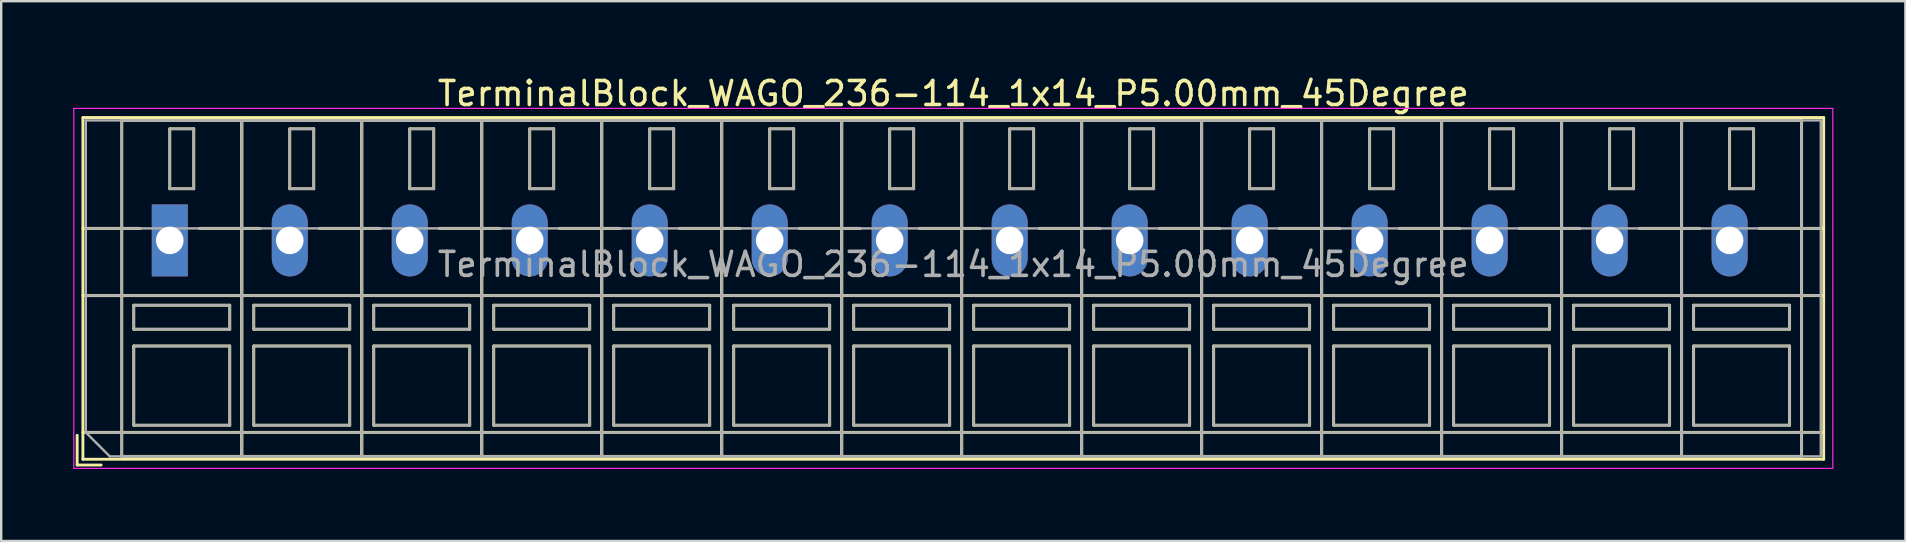
<source format=kicad_pcb>
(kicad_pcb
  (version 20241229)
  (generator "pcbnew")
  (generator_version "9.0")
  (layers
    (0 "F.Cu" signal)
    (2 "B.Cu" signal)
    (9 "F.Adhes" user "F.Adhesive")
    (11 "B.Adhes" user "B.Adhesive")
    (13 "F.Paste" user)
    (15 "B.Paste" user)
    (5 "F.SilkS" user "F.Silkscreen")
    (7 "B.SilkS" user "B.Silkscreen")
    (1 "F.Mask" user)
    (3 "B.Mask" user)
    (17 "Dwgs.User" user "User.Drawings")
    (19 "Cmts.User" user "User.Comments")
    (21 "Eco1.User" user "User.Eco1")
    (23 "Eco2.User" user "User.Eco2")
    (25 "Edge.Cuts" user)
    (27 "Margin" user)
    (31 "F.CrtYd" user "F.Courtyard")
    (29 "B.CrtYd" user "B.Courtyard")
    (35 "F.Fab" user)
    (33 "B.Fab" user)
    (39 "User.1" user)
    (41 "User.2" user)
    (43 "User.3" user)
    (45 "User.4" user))
  (footprint "TerminalBlock_WAGO_236-114_1x14_P5.00mm_45Degree"
    (layer "F.Cu")
    (at 4.025 6.968)
    (property "Reference" "TerminalBlock_WAGO_236-114_1x14_P5.00mm_45Degree" (at 32.65 -6.12 0) (layer "F.SilkS") (effects (font (size 1 1) (thickness 0.15))))
    (attr through_hole)
    (fp_line (start -3.86 8.12) (end -3.86 9.36) (stroke (width 0.12) (type solid)) (layer "F.SilkS"))
    (fp_line (start -3.86 9.36) (end -2.86 9.36) (stroke (width 0.12) (type solid)) (layer "F.SilkS"))
    (fp_line (start -3.62 -5.12) (end -3.62 9.12) (stroke (width 0.12) (type solid)) (layer "F.SilkS"))
    (fp_line (start -3.62 -5.12) (end 68.92 -5.12) (stroke (width 0.12) (type solid)) (layer "F.SilkS"))
    (fp_line (start -3.62 -0.5) (end -1.23 -0.5) (stroke (width 0.12) (type solid)) (layer "F.SilkS"))
    (fp_line (start -3.62 2.3) (end 68.92 2.3) (stroke (width 0.12) (type solid)) (layer "F.SilkS"))
    (fp_line (start -3.62 8) (end 68.92 8) (stroke (width 0.12) (type solid)) (layer "F.SilkS"))
    (fp_line (start -3.62 9.12) (end 68.92 9.12) (stroke (width 0.12) (type solid)) (layer "F.SilkS"))
    (fp_line (start -2 -5) (end -2 9) (stroke (width 0.12) (type solid)) (layer "F.SilkS"))
    (fp_line (start -2 -5) (end 3 -5) (stroke (width 0.12) (type solid)) (layer "F.SilkS"))
    (fp_line (start -2 9) (end 3 9) (stroke (width 0.12) (type solid)) (layer "F.SilkS"))
    (fp_line (start -1.5 2.7) (end -1.5 3.7) (stroke (width 0.12) (type solid)) (layer "F.SilkS"))
    (fp_line (start -1.5 2.7) (end 2.5 2.7) (stroke (width 0.12) (type solid)) (layer "F.SilkS"))
    (fp_line (start -1.5 3.7) (end 2.5 3.7) (stroke (width 0.12) (type solid)) (layer "F.SilkS"))
    (fp_line (start -1.5 4.4) (end -1.5 7.7) (stroke (width 0.12) (type solid)) (layer "F.SilkS"))
    (fp_line (start -1.5 4.4) (end 2.5 4.4) (stroke (width 0.12) (type solid)) (layer "F.SilkS"))
    (fp_line (start -1.5 7.7) (end 2.5 7.7) (stroke (width 0.12) (type solid)) (layer "F.SilkS"))
    (fp_line (start 0 -4.65) (end 0 -2.151) (stroke (width 0.12) (type solid)) (layer "F.SilkS"))
    (fp_line (start 0 -4.65) (end 1 -4.65) (stroke (width 0.12) (type solid)) (layer "F.SilkS"))
    (fp_line (start 0 -2.151) (end 1 -2.151) (stroke (width 0.12) (type solid)) (layer "F.SilkS"))
    (fp_line (start 1 -4.65) (end 1 -2.151) (stroke (width 0.12) (type solid)) (layer "F.SilkS"))
    (fp_line (start 1.23 -0.5) (end 3.77 -0.5) (stroke (width 0.12) (type solid)) (layer "F.SilkS"))
    (fp_line (start 2.5 2.7) (end 2.5 3.7) (stroke (width 0.12) (type solid)) (layer "F.SilkS"))
    (fp_line (start 2.5 4.4) (end 2.5 7.7) (stroke (width 0.12) (type solid)) (layer "F.SilkS"))
    (fp_line (start 3 -5) (end 3 9) (stroke (width 0.12) (type solid)) (layer "F.SilkS"))
    (fp_line (start 3 -5) (end 3 9) (stroke (width 0.12) (type solid)) (layer "F.SilkS"))
    (fp_line (start 3 -5) (end 8 -5) (stroke (width 0.12) (type solid)) (layer "F.SilkS"))
    (fp_line (start 3 9) (end 8 9) (stroke (width 0.12) (type solid)) (layer "F.SilkS"))
    (fp_line (start 3.5 2.7) (end 3.5 3.7) (stroke (width 0.12) (type solid)) (layer "F.SilkS"))
    (fp_line (start 3.5 2.7) (end 7.5 2.7) (stroke (width 0.12) (type solid)) (layer "F.SilkS"))
    (fp_line (start 3.5 3.7) (end 7.5 3.7) (stroke (width 0.12) (type solid)) (layer "F.SilkS"))
    (fp_line (start 3.5 4.4) (end 3.5 7.7) (stroke (width 0.12) (type solid)) (layer "F.SilkS"))
    (fp_line (start 3.5 4.4) (end 7.5 4.4) (stroke (width 0.12) (type solid)) (layer "F.SilkS"))
    (fp_line (start 3.5 7.7) (end 7.5 7.7) (stroke (width 0.12) (type solid)) (layer "F.SilkS"))
    (fp_line (start 5 -4.65) (end 5 -2.151) (stroke (width 0.12) (type solid)) (layer "F.SilkS"))
    (fp_line (start 5 -4.65) (end 6 -4.65) (stroke (width 0.12) (type solid)) (layer "F.SilkS"))
    (fp_line (start 5 -2.151) (end 6 -2.151) (stroke (width 0.12) (type solid)) (layer "F.SilkS"))
    (fp_line (start 6 -4.65) (end 6 -2.151) (stroke (width 0.12) (type solid)) (layer "F.SilkS"))
    (fp_line (start 6.23 -0.5) (end 8.77 -0.5) (stroke (width 0.12) (type solid)) (layer "F.SilkS"))
    (fp_line (start 7.5 2.7) (end 7.5 3.7) (stroke (width 0.12) (type solid)) (layer "F.SilkS"))
    (fp_line (start 7.5 4.4) (end 7.5 7.7) (stroke (width 0.12) (type solid)) (layer "F.SilkS"))
    (fp_line (start 8 -5) (end 8 9) (stroke (width 0.12) (type solid)) (layer "F.SilkS"))
    (fp_line (start 8 -5) (end 8 9) (stroke (width 0.12) (type solid)) (layer "F.SilkS"))
    (fp_line (start 8 -5) (end 13 -5) (stroke (width 0.12) (type solid)) (layer "F.SilkS"))
    (fp_line (start 8 9) (end 13 9) (stroke (width 0.12) (type solid)) (layer "F.SilkS"))
    (fp_line (start 8.5 2.7) (end 8.5 3.7) (stroke (width 0.12) (type solid)) (layer "F.SilkS"))
    (fp_line (start 8.5 2.7) (end 12.5 2.7) (stroke (width 0.12) (type solid)) (layer "F.SilkS"))
    (fp_line (start 8.5 3.7) (end 12.5 3.7) (stroke (width 0.12) (type solid)) (layer "F.SilkS"))
    (fp_line (start 8.5 4.4) (end 8.5 7.7) (stroke (width 0.12) (type solid)) (layer "F.SilkS"))
    (fp_line (start 8.5 4.4) (end 12.5 4.4) (stroke (width 0.12) (type solid)) (layer "F.SilkS"))
    (fp_line (start 8.5 7.7) (end 12.5 7.7) (stroke (width 0.12) (type solid)) (layer "F.SilkS"))
    (fp_line (start 10 -4.65) (end 10 -2.151) (stroke (width 0.12) (type solid)) (layer "F.SilkS"))
    (fp_line (start 10 -4.65) (end 11 -4.65) (stroke (width 0.12) (type solid)) (layer "F.SilkS"))
    (fp_line (start 10 -2.151) (end 11 -2.151) (stroke (width 0.12) (type solid)) (layer "F.SilkS"))
    (fp_line (start 11 -4.65) (end 11 -2.151) (stroke (width 0.12) (type solid)) (layer "F.SilkS"))
    (fp_line (start 11.23 -0.5) (end 13.77 -0.5) (stroke (width 0.12) (type solid)) (layer "F.SilkS"))
    (fp_line (start 12.5 2.7) (end 12.5 3.7) (stroke (width 0.12) (type solid)) (layer "F.SilkS"))
    (fp_line (start 12.5 4.4) (end 12.5 7.7) (stroke (width 0.12) (type solid)) (layer "F.SilkS"))
    (fp_line (start 13 -5) (end 13 9) (stroke (width 0.12) (type solid)) (layer "F.SilkS"))
    (fp_line (start 13 -5) (end 13 9) (stroke (width 0.12) (type solid)) (layer "F.SilkS"))
    (fp_line (start 13 -5) (end 18 -5) (stroke (width 0.12) (type solid)) (layer "F.SilkS"))
    (fp_line (start 13 9) (end 18 9) (stroke (width 0.12) (type solid)) (layer "F.SilkS"))
    (fp_line (start 13.5 2.7) (end 13.5 3.7) (stroke (width 0.12) (type solid)) (layer "F.SilkS"))
    (fp_line (start 13.5 2.7) (end 17.5 2.7) (stroke (width 0.12) (type solid)) (layer "F.SilkS"))
    (fp_line (start 13.5 3.7) (end 17.5 3.7) (stroke (width 0.12) (type solid)) (layer "F.SilkS"))
    (fp_line (start 13.5 4.4) (end 13.5 7.7) (stroke (width 0.12) (type solid)) (layer "F.SilkS"))
    (fp_line (start 13.5 4.4) (end 17.5 4.4) (stroke (width 0.12) (type solid)) (layer "F.SilkS"))
    (fp_line (start 13.5 7.7) (end 17.5 7.7) (stroke (width 0.12) (type solid)) (layer "F.SilkS"))
    (fp_line (start 15 -4.65) (end 15 -2.151) (stroke (width 0.12) (type solid)) (layer "F.SilkS"))
    (fp_line (start 15 -4.65) (end 16 -4.65) (stroke (width 0.12) (type solid)) (layer "F.SilkS"))
    (fp_line (start 15 -2.151) (end 16 -2.151) (stroke (width 0.12) (type solid)) (layer "F.SilkS"))
    (fp_line (start 16 -4.65) (end 16 -2.151) (stroke (width 0.12) (type solid)) (layer "F.SilkS"))
    (fp_line (start 16.23 -0.5) (end 18.77 -0.5) (stroke (width 0.12) (type solid)) (layer "F.SilkS"))
    (fp_line (start 17.5 2.7) (end 17.5 3.7) (stroke (width 0.12) (type solid)) (layer "F.SilkS"))
    (fp_line (start 17.5 4.4) (end 17.5 7.7) (stroke (width 0.12) (type solid)) (layer "F.SilkS"))
    (fp_line (start 18 -5) (end 18 9) (stroke (width 0.12) (type solid)) (layer "F.SilkS"))
    (fp_line (start 18 -5) (end 18 9) (stroke (width 0.12) (type solid)) (layer "F.SilkS"))
    (fp_line (start 18 -5) (end 23 -5) (stroke (width 0.12) (type solid)) (layer "F.SilkS"))
    (fp_line (start 18 9) (end 23 9) (stroke (width 0.12) (type solid)) (layer "F.SilkS"))
    (fp_line (start 18.5 2.7) (end 18.5 3.7) (stroke (width 0.12) (type solid)) (layer "F.SilkS"))
    (fp_line (start 18.5 2.7) (end 22.5 2.7) (stroke (width 0.12) (type solid)) (layer "F.SilkS"))
    (fp_line (start 18.5 3.7) (end 22.5 3.7) (stroke (width 0.12) (type solid)) (layer "F.SilkS"))
    (fp_line (start 18.5 4.4) (end 18.5 7.7) (stroke (width 0.12) (type solid)) (layer "F.SilkS"))
    (fp_line (start 18.5 4.4) (end 22.5 4.4) (stroke (width 0.12) (type solid)) (layer "F.SilkS"))
    (fp_line (start 18.5 7.7) (end 22.5 7.7) (stroke (width 0.12) (type solid)) (layer "F.SilkS"))
    (fp_line (start 20 -4.65) (end 20 -2.151) (stroke (width 0.12) (type solid)) (layer "F.SilkS"))
    (fp_line (start 20 -4.65) (end 21 -4.65) (stroke (width 0.12) (type solid)) (layer "F.SilkS"))
    (fp_line (start 20 -2.151) (end 21 -2.151) (stroke (width 0.12) (type solid)) (layer "F.SilkS"))
    (fp_line (start 21 -4.65) (end 21 -2.151) (stroke (width 0.12) (type solid)) (layer "F.SilkS"))
    (fp_line (start 21.23 -0.5) (end 23.77 -0.5) (stroke (width 0.12) (type solid)) (layer "F.SilkS"))
    (fp_line (start 22.5 2.7) (end 22.5 3.7) (stroke (width 0.12) (type solid)) (layer "F.SilkS"))
    (fp_line (start 22.5 4.4) (end 22.5 7.7) (stroke (width 0.12) (type solid)) (layer "F.SilkS"))
    (fp_line (start 23 -5) (end 23 9) (stroke (width 0.12) (type solid)) (layer "F.SilkS"))
    (fp_line (start 23 -5) (end 23 9) (stroke (width 0.12) (type solid)) (layer "F.SilkS"))
    (fp_line (start 23 -5) (end 28 -5) (stroke (width 0.12) (type solid)) (layer "F.SilkS"))
    (fp_line (start 23 9) (end 28 9) (stroke (width 0.12) (type solid)) (layer "F.SilkS"))
    (fp_line (start 23.5 2.7) (end 23.5 3.7) (stroke (width 0.12) (type solid)) (layer "F.SilkS"))
    (fp_line (start 23.5 2.7) (end 27.5 2.7) (stroke (width 0.12) (type solid)) (layer "F.SilkS"))
    (fp_line (start 23.5 3.7) (end 27.5 3.7) (stroke (width 0.12) (type solid)) (layer "F.SilkS"))
    (fp_line (start 23.5 4.4) (end 23.5 7.7) (stroke (width 0.12) (type solid)) (layer "F.SilkS"))
    (fp_line (start 23.5 4.4) (end 27.5 4.4) (stroke (width 0.12) (type solid)) (layer "F.SilkS"))
    (fp_line (start 23.5 7.7) (end 27.5 7.7) (stroke (width 0.12) (type solid)) (layer "F.SilkS"))
    (fp_line (start 25 -4.65) (end 25 -2.151) (stroke (width 0.12) (type solid)) (layer "F.SilkS"))
    (fp_line (start 25 -4.65) (end 26 -4.65) (stroke (width 0.12) (type solid)) (layer "F.SilkS"))
    (fp_line (start 25 -2.151) (end 26 -2.151) (stroke (width 0.12) (type solid)) (layer "F.SilkS"))
    (fp_line (start 26 -4.65) (end 26 -2.151) (stroke (width 0.12) (type solid)) (layer "F.SilkS"))
    (fp_line (start 26.23 -0.5) (end 28.77 -0.5) (stroke (width 0.12) (type solid)) (layer "F.SilkS"))
    (fp_line (start 27.5 2.7) (end 27.5 3.7) (stroke (width 0.12) (type solid)) (layer "F.SilkS"))
    (fp_line (start 27.5 4.4) (end 27.5 7.7) (stroke (width 0.12) (type solid)) (layer "F.SilkS"))
    (fp_line (start 28 -5) (end 28 9) (stroke (width 0.12) (type solid)) (layer "F.SilkS"))
    (fp_line (start 28 -5) (end 28 9) (stroke (width 0.12) (type solid)) (layer "F.SilkS"))
    (fp_line (start 28 -5) (end 33 -5) (stroke (width 0.12) (type solid)) (layer "F.SilkS"))
    (fp_line (start 28 9) (end 33 9) (stroke (width 0.12) (type solid)) (layer "F.SilkS"))
    (fp_line (start 28.5 2.7) (end 28.5 3.7) (stroke (width 0.12) (type solid)) (layer "F.SilkS"))
    (fp_line (start 28.5 2.7) (end 32.5 2.7) (stroke (width 0.12) (type solid)) (layer "F.SilkS"))
    (fp_line (start 28.5 3.7) (end 32.5 3.7) (stroke (width 0.12) (type solid)) (layer "F.SilkS"))
    (fp_line (start 28.5 4.4) (end 28.5 7.7) (stroke (width 0.12) (type solid)) (layer "F.SilkS"))
    (fp_line (start 28.5 4.4) (end 32.5 4.4) (stroke (width 0.12) (type solid)) (layer "F.SilkS"))
    (fp_line (start 28.5 7.7) (end 32.5 7.7) (stroke (width 0.12) (type solid)) (layer "F.SilkS"))
    (fp_line (start 30 -4.65) (end 30 -2.151) (stroke (width 0.12) (type solid)) (layer "F.SilkS"))
    (fp_line (start 30 -4.65) (end 31 -4.65) (stroke (width 0.12) (type solid)) (layer "F.SilkS"))
    (fp_line (start 30 -2.151) (end 31 -2.151) (stroke (width 0.12) (type solid)) (layer "F.SilkS"))
    (fp_line (start 31 -4.65) (end 31 -2.151) (stroke (width 0.12) (type solid)) (layer "F.SilkS"))
    (fp_line (start 31.23 -0.5) (end 33.77 -0.5) (stroke (width 0.12) (type solid)) (layer "F.SilkS"))
    (fp_line (start 32.5 2.7) (end 32.5 3.7) (stroke (width 0.12) (type solid)) (layer "F.SilkS"))
    (fp_line (start 32.5 4.4) (end 32.5 7.7) (stroke (width 0.12) (type solid)) (layer "F.SilkS"))
    (fp_line (start 33 -5) (end 33 9) (stroke (width 0.12) (type solid)) (layer "F.SilkS"))
    (fp_line (start 33 -5) (end 33 9) (stroke (width 0.12) (type solid)) (layer "F.SilkS"))
    (fp_line (start 33 -5) (end 38 -5) (stroke (width 0.12) (type solid)) (layer "F.SilkS"))
    (fp_line (start 33 9) (end 38 9) (stroke (width 0.12) (type solid)) (layer "F.SilkS"))
    (fp_line (start 33.5 2.7) (end 33.5 3.7) (stroke (width 0.12) (type solid)) (layer "F.SilkS"))
    (fp_line (start 33.5 2.7) (end 37.5 2.7) (stroke (width 0.12) (type solid)) (layer "F.SilkS"))
    (fp_line (start 33.5 3.7) (end 37.5 3.7) (stroke (width 0.12) (type solid)) (layer "F.SilkS"))
    (fp_line (start 33.5 4.4) (end 33.5 7.7) (stroke (width 0.12) (type solid)) (layer "F.SilkS"))
    (fp_line (start 33.5 4.4) (end 37.5 4.4) (stroke (width 0.12) (type solid)) (layer "F.SilkS"))
    (fp_line (start 33.5 7.7) (end 37.5 7.7) (stroke (width 0.12) (type solid)) (layer "F.SilkS"))
    (fp_line (start 35 -4.65) (end 35 -2.151) (stroke (width 0.12) (type solid)) (layer "F.SilkS"))
    (fp_line (start 35 -4.65) (end 36 -4.65) (stroke (width 0.12) (type solid)) (layer "F.SilkS"))
    (fp_line (start 35 -2.151) (end 36 -2.151) (stroke (width 0.12) (type solid)) (layer "F.SilkS"))
    (fp_line (start 36 -4.65) (end 36 -2.151) (stroke (width 0.12) (type solid)) (layer "F.SilkS"))
    (fp_line (start 36.23 -0.5) (end 38.77 -0.5) (stroke (width 0.12) (type solid)) (layer "F.SilkS"))
    (fp_line (start 37.5 2.7) (end 37.5 3.7) (stroke (width 0.12) (type solid)) (layer "F.SilkS"))
    (fp_line (start 37.5 4.4) (end 37.5 7.7) (stroke (width 0.12) (type solid)) (layer "F.SilkS"))
    (fp_line (start 38 -5) (end 38 9) (stroke (width 0.12) (type solid)) (layer "F.SilkS"))
    (fp_line (start 38 -5) (end 38 9) (stroke (width 0.12) (type solid)) (layer "F.SilkS"))
    (fp_line (start 38 -5) (end 43 -5) (stroke (width 0.12) (type solid)) (layer "F.SilkS"))
    (fp_line (start 38 9) (end 43 9) (stroke (width 0.12) (type solid)) (layer "F.SilkS"))
    (fp_line (start 38.5 2.7) (end 38.5 3.7) (stroke (width 0.12) (type solid)) (layer "F.SilkS"))
    (fp_line (start 38.5 2.7) (end 42.5 2.7) (stroke (width 0.12) (type solid)) (layer "F.SilkS"))
    (fp_line (start 38.5 3.7) (end 42.5 3.7) (stroke (width 0.12) (type solid)) (layer "F.SilkS"))
    (fp_line (start 38.5 4.4) (end 38.5 7.7) (stroke (width 0.12) (type solid)) (layer "F.SilkS"))
    (fp_line (start 38.5 4.4) (end 42.5 4.4) (stroke (width 0.12) (type solid)) (layer "F.SilkS"))
    (fp_line (start 38.5 7.7) (end 42.5 7.7) (stroke (width 0.12) (type solid)) (layer "F.SilkS"))
    (fp_line (start 40 -4.65) (end 40 -2.151) (stroke (width 0.12) (type solid)) (layer "F.SilkS"))
    (fp_line (start 40 -4.65) (end 41 -4.65) (stroke (width 0.12) (type solid)) (layer "F.SilkS"))
    (fp_line (start 40 -2.151) (end 41 -2.151) (stroke (width 0.12) (type solid)) (layer "F.SilkS"))
    (fp_line (start 41 -4.65) (end 41 -2.151) (stroke (width 0.12) (type solid)) (layer "F.SilkS"))
    (fp_line (start 41.23 -0.5) (end 43.77 -0.5) (stroke (width 0.12) (type solid)) (layer "F.SilkS"))
    (fp_line (start 42.5 2.7) (end 42.5 3.7) (stroke (width 0.12) (type solid)) (layer "F.SilkS"))
    (fp_line (start 42.5 4.4) (end 42.5 7.7) (stroke (width 0.12) (type solid)) (layer "F.SilkS"))
    (fp_line (start 43 -5) (end 43 9) (stroke (width 0.12) (type solid)) (layer "F.SilkS"))
    (fp_line (start 43 -5) (end 43 9) (stroke (width 0.12) (type solid)) (layer "F.SilkS"))
    (fp_line (start 43 -5) (end 48 -5) (stroke (width 0.12) (type solid)) (layer "F.SilkS"))
    (fp_line (start 43 9) (end 48 9) (stroke (width 0.12) (type solid)) (layer "F.SilkS"))
    (fp_line (start 43.5 2.7) (end 43.5 3.7) (stroke (width 0.12) (type solid)) (layer "F.SilkS"))
    (fp_line (start 43.5 2.7) (end 47.5 2.7) (stroke (width 0.12) (type solid)) (layer "F.SilkS"))
    (fp_line (start 43.5 3.7) (end 47.5 3.7) (stroke (width 0.12) (type solid)) (layer "F.SilkS"))
    (fp_line (start 43.5 4.4) (end 43.5 7.7) (stroke (width 0.12) (type solid)) (layer "F.SilkS"))
    (fp_line (start 43.5 4.4) (end 47.5 4.4) (stroke (width 0.12) (type solid)) (layer "F.SilkS"))
    (fp_line (start 43.5 7.7) (end 47.5 7.7) (stroke (width 0.12) (type solid)) (layer "F.SilkS"))
    (fp_line (start 45 -4.65) (end 45 -2.151) (stroke (width 0.12) (type solid)) (layer "F.SilkS"))
    (fp_line (start 45 -4.65) (end 46 -4.65) (stroke (width 0.12) (type solid)) (layer "F.SilkS"))
    (fp_line (start 45 -2.151) (end 46 -2.151) (stroke (width 0.12) (type solid)) (layer "F.SilkS"))
    (fp_line (start 46 -4.65) (end 46 -2.151) (stroke (width 0.12) (type solid)) (layer "F.SilkS"))
    (fp_line (start 46.23 -0.5) (end 48.77 -0.5) (stroke (width 0.12) (type solid)) (layer "F.SilkS"))
    (fp_line (start 47.5 2.7) (end 47.5 3.7) (stroke (width 0.12) (type solid)) (layer "F.SilkS"))
    (fp_line (start 47.5 4.4) (end 47.5 7.7) (stroke (width 0.12) (type solid)) (layer "F.SilkS"))
    (fp_line (start 48 -5) (end 48 9) (stroke (width 0.12) (type solid)) (layer "F.SilkS"))
    (fp_line (start 48 -5) (end 48 9) (stroke (width 0.12) (type solid)) (layer "F.SilkS"))
    (fp_line (start 48 -5) (end 53 -5) (stroke (width 0.12) (type solid)) (layer "F.SilkS"))
    (fp_line (start 48 9) (end 53 9) (stroke (width 0.12) (type solid)) (layer "F.SilkS"))
    (fp_line (start 48.5 2.7) (end 48.5 3.7) (stroke (width 0.12) (type solid)) (layer "F.SilkS"))
    (fp_line (start 48.5 2.7) (end 52.5 2.7) (stroke (width 0.12) (type solid)) (layer "F.SilkS"))
    (fp_line (start 48.5 3.7) (end 52.5 3.7) (stroke (width 0.12) (type solid)) (layer "F.SilkS"))
    (fp_line (start 48.5 4.4) (end 48.5 7.7) (stroke (width 0.12) (type solid)) (layer "F.SilkS"))
    (fp_line (start 48.5 4.4) (end 52.5 4.4) (stroke (width 0.12) (type solid)) (layer "F.SilkS"))
    (fp_line (start 48.5 7.7) (end 52.5 7.7) (stroke (width 0.12) (type solid)) (layer "F.SilkS"))
    (fp_line (start 50 -4.65) (end 50 -2.151) (stroke (width 0.12) (type solid)) (layer "F.SilkS"))
    (fp_line (start 50 -4.65) (end 51 -4.65) (stroke (width 0.12) (type solid)) (layer "F.SilkS"))
    (fp_line (start 50 -2.151) (end 51 -2.151) (stroke (width 0.12) (type solid)) (layer "F.SilkS"))
    (fp_line (start 51 -4.65) (end 51 -2.151) (stroke (width 0.12) (type solid)) (layer "F.SilkS"))
    (fp_line (start 51.23 -0.5) (end 53.77 -0.5) (stroke (width 0.12) (type solid)) (layer "F.SilkS"))
    (fp_line (start 52.5 2.7) (end 52.5 3.7) (stroke (width 0.12) (type solid)) (layer "F.SilkS"))
    (fp_line (start 52.5 4.4) (end 52.5 7.7) (stroke (width 0.12) (type solid)) (layer "F.SilkS"))
    (fp_line (start 53 -5) (end 53 9) (stroke (width 0.12) (type solid)) (layer "F.SilkS"))
    (fp_line (start 53 -5) (end 53 9) (stroke (width 0.12) (type solid)) (layer "F.SilkS"))
    (fp_line (start 53 -5) (end 58 -5) (stroke (width 0.12) (type solid)) (layer "F.SilkS"))
    (fp_line (start 53 9) (end 58 9) (stroke (width 0.12) (type solid)) (layer "F.SilkS"))
    (fp_line (start 53.5 2.7) (end 53.5 3.7) (stroke (width 0.12) (type solid)) (layer "F.SilkS"))
    (fp_line (start 53.5 2.7) (end 57.5 2.7) (stroke (width 0.12) (type solid)) (layer "F.SilkS"))
    (fp_line (start 53.5 3.7) (end 57.5 3.7) (stroke (width 0.12) (type solid)) (layer "F.SilkS"))
    (fp_line (start 53.5 4.4) (end 53.5 7.7) (stroke (width 0.12) (type solid)) (layer "F.SilkS"))
    (fp_line (start 53.5 4.4) (end 57.5 4.4) (stroke (width 0.12) (type solid)) (layer "F.SilkS"))
    (fp_line (start 53.5 7.7) (end 57.5 7.7) (stroke (width 0.12) (type solid)) (layer "F.SilkS"))
    (fp_line (start 55 -4.65) (end 55 -2.151) (stroke (width 0.12) (type solid)) (layer "F.SilkS"))
    (fp_line (start 55 -4.65) (end 56 -4.65) (stroke (width 0.12) (type solid)) (layer "F.SilkS"))
    (fp_line (start 55 -2.151) (end 56 -2.151) (stroke (width 0.12) (type solid)) (layer "F.SilkS"))
    (fp_line (start 56 -4.65) (end 56 -2.151) (stroke (width 0.12) (type solid)) (layer "F.SilkS"))
    (fp_line (start 56.23 -0.5) (end 58.77 -0.5) (stroke (width 0.12) (type solid)) (layer "F.SilkS"))
    (fp_line (start 57.5 2.7) (end 57.5 3.7) (stroke (width 0.12) (type solid)) (layer "F.SilkS"))
    (fp_line (start 57.5 4.4) (end 57.5 7.7) (stroke (width 0.12) (type solid)) (layer "F.SilkS"))
    (fp_line (start 58 -5) (end 58 9) (stroke (width 0.12) (type solid)) (layer "F.SilkS"))
    (fp_line (start 58 -5) (end 58 9) (stroke (width 0.12) (type solid)) (layer "F.SilkS"))
    (fp_line (start 58 -5) (end 63 -5) (stroke (width 0.12) (type solid)) (layer "F.SilkS"))
    (fp_line (start 58 9) (end 63 9) (stroke (width 0.12) (type solid)) (layer "F.SilkS"))
    (fp_line (start 58.5 2.7) (end 58.5 3.7) (stroke (width 0.12) (type solid)) (layer "F.SilkS"))
    (fp_line (start 58.5 2.7) (end 62.5 2.7) (stroke (width 0.12) (type solid)) (layer "F.SilkS"))
    (fp_line (start 58.5 3.7) (end 62.5 3.7) (stroke (width 0.12) (type solid)) (layer "F.SilkS"))
    (fp_line (start 58.5 4.4) (end 58.5 7.7) (stroke (width 0.12) (type solid)) (layer "F.SilkS"))
    (fp_line (start 58.5 4.4) (end 62.5 4.4) (stroke (width 0.12) (type solid)) (layer "F.SilkS"))
    (fp_line (start 58.5 7.7) (end 62.5 7.7) (stroke (width 0.12) (type solid)) (layer "F.SilkS"))
    (fp_line (start 60 -4.65) (end 60 -2.151) (stroke (width 0.12) (type solid)) (layer "F.SilkS"))
    (fp_line (start 60 -4.65) (end 61 -4.65) (stroke (width 0.12) (type solid)) (layer "F.SilkS"))
    (fp_line (start 60 -2.151) (end 61 -2.151) (stroke (width 0.12) (type solid)) (layer "F.SilkS"))
    (fp_line (start 61 -4.65) (end 61 -2.151) (stroke (width 0.12) (type solid)) (layer "F.SilkS"))
    (fp_line (start 61.23 -0.5) (end 63.77 -0.5) (stroke (width 0.12) (type solid)) (layer "F.SilkS"))
    (fp_line (start 62.5 2.7) (end 62.5 3.7) (stroke (width 0.12) (type solid)) (layer "F.SilkS"))
    (fp_line (start 62.5 4.4) (end 62.5 7.7) (stroke (width 0.12) (type solid)) (layer "F.SilkS"))
    (fp_line (start 63 -5) (end 63 9) (stroke (width 0.12) (type solid)) (layer "F.SilkS"))
    (fp_line (start 63 -5) (end 63 9) (stroke (width 0.12) (type solid)) (layer "F.SilkS"))
    (fp_line (start 63 -5) (end 68 -5) (stroke (width 0.12) (type solid)) (layer "F.SilkS"))
    (fp_line (start 63 9) (end 68 9) (stroke (width 0.12) (type solid)) (layer "F.SilkS"))
    (fp_line (start 63.5 2.7) (end 63.5 3.7) (stroke (width 0.12) (type solid)) (layer "F.SilkS"))
    (fp_line (start 63.5 2.7) (end 67.5 2.7) (stroke (width 0.12) (type solid)) (layer "F.SilkS"))
    (fp_line (start 63.5 3.7) (end 67.5 3.7) (stroke (width 0.12) (type solid)) (layer "F.SilkS"))
    (fp_line (start 63.5 4.4) (end 63.5 7.7) (stroke (width 0.12) (type solid)) (layer "F.SilkS"))
    (fp_line (start 63.5 4.4) (end 67.5 4.4) (stroke (width 0.12) (type solid)) (layer "F.SilkS"))
    (fp_line (start 63.5 7.7) (end 67.5 7.7) (stroke (width 0.12) (type solid)) (layer "F.SilkS"))
    (fp_line (start 65 -4.65) (end 65 -2.151) (stroke (width 0.12) (type solid)) (layer "F.SilkS"))
    (fp_line (start 65 -4.65) (end 66 -4.65) (stroke (width 0.12) (type solid)) (layer "F.SilkS"))
    (fp_line (start 65 -2.151) (end 66 -2.151) (stroke (width 0.12) (type solid)) (layer "F.SilkS"))
    (fp_line (start 66 -4.65) (end 66 -2.151) (stroke (width 0.12) (type solid)) (layer "F.SilkS"))
    (fp_line (start 66.23 -0.5) (end 68.92 -0.5) (stroke (width 0.12) (type solid)) (layer "F.SilkS"))
    (fp_line (start 67.5 2.7) (end 67.5 3.7) (stroke (width 0.12) (type solid)) (layer "F.SilkS"))
    (fp_line (start 67.5 4.4) (end 67.5 7.7) (stroke (width 0.12) (type solid)) (layer "F.SilkS"))
    (fp_line (start 68 -5) (end 68 9) (stroke (width 0.12) (type solid)) (layer "F.SilkS"))
    (fp_line (start 68.92 -5.12) (end 68.92 9.12) (stroke (width 0.12) (type solid)) (layer "F.SilkS"))
    (fp_line (start -4 -5.5) (end -4 9.5) (stroke (width 0.05) (type solid)) (layer "F.CrtYd"))
    (fp_line (start -4 9.5) (end 69.3 9.5) (stroke (width 0.05) (type solid)) (layer "F.CrtYd"))
    (fp_line (start 69.3 -5.5) (end -4 -5.5) (stroke (width 0.05) (type solid)) (layer "F.CrtYd"))
    (fp_line (start 69.3 9.5) (end 69.3 -5.5) (stroke (width 0.05) (type solid)) (layer "F.CrtYd"))
    (fp_line (start -3.5 -5) (end 68.8 -5) (stroke (width 0.1) (type solid)) (layer "F.Fab"))
    (fp_line (start -3.5 -0.5) (end 68.8 -0.5) (stroke (width 0.1) (type solid)) (layer "F.Fab"))
    (fp_line (start -3.5 2.3) (end 68.8 2.3) (stroke (width 0.1) (type solid)) (layer "F.Fab"))
    (fp_line (start -3.5 8) (end -3.5 -5) (stroke (width 0.1) (type solid)) (layer "F.Fab"))
    (fp_line (start -3.5 8) (end 68.8 8) (stroke (width 0.1) (type solid)) (layer "F.Fab"))
    (fp_line (start -2.5 9) (end -3.5 8) (stroke (width 0.1) (type solid)) (layer "F.Fab"))
    (fp_line (start -2 -5) (end -2 9) (stroke (width 0.1) (type solid)) (layer "F.Fab"))
    (fp_line (start -2 9) (end 3 9) (stroke (width 0.1) (type solid)) (layer "F.Fab"))
    (fp_line (start -1.5 2.7) (end -1.5 3.7) (stroke (width 0.1) (type solid)) (layer "F.Fab"))
    (fp_line (start -1.5 3.7) (end 2.5 3.7) (stroke (width 0.1) (type solid)) (layer "F.Fab"))
    (fp_line (start -1.5 4.4) (end -1.5 7.7) (stroke (width 0.1) (type solid)) (layer "F.Fab"))
    (fp_line (start -1.5 7.7) (end 2.5 7.7) (stroke (width 0.1) (type solid)) (layer "F.Fab"))
    (fp_line (start 0 -4.65) (end 0 -2.15) (stroke (width 0.1) (type solid)) (layer "F.Fab"))
    (fp_line (start 0 -2.15) (end 1 -2.15) (stroke (width 0.1) (type solid)) (layer "F.Fab"))
    (fp_line (start 1 -4.65) (end 0 -4.65) (stroke (width 0.1) (type solid)) (layer "F.Fab"))
    (fp_line (start 1 -2.15) (end 1 -4.65) (stroke (width 0.1) (type solid)) (layer "F.Fab"))
    (fp_line (start 2.5 2.7) (end -1.5 2.7) (stroke (width 0.1) (type solid)) (layer "F.Fab"))
    (fp_line (start 2.5 3.7) (end 2.5 2.7) (stroke (width 0.1) (type solid)) (layer "F.Fab"))
    (fp_line (start 2.5 4.4) (end -1.5 4.4) (stroke (width 0.1) (type solid)) (layer "F.Fab"))
    (fp_line (start 2.5 7.7) (end 2.5 4.4) (stroke (width 0.1) (type solid)) (layer "F.Fab"))
    (fp_line (start 3 -5) (end -2 -5) (stroke (width 0.1) (type solid)) (layer "F.Fab"))
    (fp_line (start 3 -5) (end 3 9) (stroke (width 0.1) (type solid)) (layer "F.Fab"))
    (fp_line (start 3 9) (end 3 -5) (stroke (width 0.1) (type solid)) (layer "F.Fab"))
    (fp_line (start 3 9) (end 8 9) (stroke (width 0.1) (type solid)) (layer "F.Fab"))
    (fp_line (start 3.5 2.7) (end 3.5 3.7) (stroke (width 0.1) (type solid)) (layer "F.Fab"))
    (fp_line (start 3.5 3.7) (end 7.5 3.7) (stroke (width 0.1) (type solid)) (layer "F.Fab"))
    (fp_line (start 3.5 4.4) (end 3.5 7.7) (stroke (width 0.1) (type solid)) (layer "F.Fab"))
    (fp_line (start 3.5 7.7) (end 7.5 7.7) (stroke (width 0.1) (type solid)) (layer "F.Fab"))
    (fp_line (start 5 -4.65) (end 5 -2.15) (stroke (width 0.1) (type solid)) (layer "F.Fab"))
    (fp_line (start 5 -2.15) (end 6 -2.15) (stroke (width 0.1) (type solid)) (layer "F.Fab"))
    (fp_line (start 6 -4.65) (end 5 -4.65) (stroke (width 0.1) (type solid)) (layer "F.Fab"))
    (fp_line (start 6 -2.15) (end 6 -4.65) (stroke (width 0.1) (type solid)) (layer "F.Fab"))
    (fp_line (start 7.5 2.7) (end 3.5 2.7) (stroke (width 0.1) (type solid)) (layer "F.Fab"))
    (fp_line (start 7.5 3.7) (end 7.5 2.7) (stroke (width 0.1) (type solid)) (layer "F.Fab"))
    (fp_line (start 7.5 4.4) (end 3.5 4.4) (stroke (width 0.1) (type solid)) (layer "F.Fab"))
    (fp_line (start 7.5 7.7) (end 7.5 4.4) (stroke (width 0.1) (type solid)) (layer "F.Fab"))
    (fp_line (start 8 -5) (end 3 -5) (stroke (width 0.1) (type solid)) (layer "F.Fab"))
    (fp_line (start 8 -5) (end 8 9) (stroke (width 0.1) (type solid)) (layer "F.Fab"))
    (fp_line (start 8 9) (end 8 -5) (stroke (width 0.1) (type solid)) (layer "F.Fab"))
    (fp_line (start 8 9) (end 13 9) (stroke (width 0.1) (type solid)) (layer "F.Fab"))
    (fp_line (start 8.5 2.7) (end 8.5 3.7) (stroke (width 0.1) (type solid)) (layer "F.Fab"))
    (fp_line (start 8.5 3.7) (end 12.5 3.7) (stroke (width 0.1) (type solid)) (layer "F.Fab"))
    (fp_line (start 8.5 4.4) (end 8.5 7.7) (stroke (width 0.1) (type solid)) (layer "F.Fab"))
    (fp_line (start 8.5 7.7) (end 12.5 7.7) (stroke (width 0.1) (type solid)) (layer "F.Fab"))
    (fp_line (start 10 -4.65) (end 10 -2.15) (stroke (width 0.1) (type solid)) (layer "F.Fab"))
    (fp_line (start 10 -2.15) (end 11 -2.15) (stroke (width 0.1) (type solid)) (layer "F.Fab"))
    (fp_line (start 11 -4.65) (end 10 -4.65) (stroke (width 0.1) (type solid)) (layer "F.Fab"))
    (fp_line (start 11 -2.15) (end 11 -4.65) (stroke (width 0.1) (type solid)) (layer "F.Fab"))
    (fp_line (start 12.5 2.7) (end 8.5 2.7) (stroke (width 0.1) (type solid)) (layer "F.Fab"))
    (fp_line (start 12.5 3.7) (end 12.5 2.7) (stroke (width 0.1) (type solid)) (layer "F.Fab"))
    (fp_line (start 12.5 4.4) (end 8.5 4.4) (stroke (width 0.1) (type solid)) (layer "F.Fab"))
    (fp_line (start 12.5 7.7) (end 12.5 4.4) (stroke (width 0.1) (type solid)) (layer "F.Fab"))
    (fp_line (start 13 -5) (end 8 -5) (stroke (width 0.1) (type solid)) (layer "F.Fab"))
    (fp_line (start 13 -5) (end 13 9) (stroke (width 0.1) (type solid)) (layer "F.Fab"))
    (fp_line (start 13 9) (end 13 -5) (stroke (width 0.1) (type solid)) (layer "F.Fab"))
    (fp_line (start 13 9) (end 18 9) (stroke (width 0.1) (type solid)) (layer "F.Fab"))
    (fp_line (start 13.5 2.7) (end 13.5 3.7) (stroke (width 0.1) (type solid)) (layer "F.Fab"))
    (fp_line (start 13.5 3.7) (end 17.5 3.7) (stroke (width 0.1) (type solid)) (layer "F.Fab"))
    (fp_line (start 13.5 4.4) (end 13.5 7.7) (stroke (width 0.1) (type solid)) (layer "F.Fab"))
    (fp_line (start 13.5 7.7) (end 17.5 7.7) (stroke (width 0.1) (type solid)) (layer "F.Fab"))
    (fp_line (start 15 -4.65) (end 15 -2.15) (stroke (width 0.1) (type solid)) (layer "F.Fab"))
    (fp_line (start 15 -2.15) (end 16 -2.15) (stroke (width 0.1) (type solid)) (layer "F.Fab"))
    (fp_line (start 16 -4.65) (end 15 -4.65) (stroke (width 0.1) (type solid)) (layer "F.Fab"))
    (fp_line (start 16 -2.15) (end 16 -4.65) (stroke (width 0.1) (type solid)) (layer "F.Fab"))
    (fp_line (start 17.5 2.7) (end 13.5 2.7) (stroke (width 0.1) (type solid)) (layer "F.Fab"))
    (fp_line (start 17.5 3.7) (end 17.5 2.7) (stroke (width 0.1) (type solid)) (layer "F.Fab"))
    (fp_line (start 17.5 4.4) (end 13.5 4.4) (stroke (width 0.1) (type solid)) (layer "F.Fab"))
    (fp_line (start 17.5 7.7) (end 17.5 4.4) (stroke (width 0.1) (type solid)) (layer "F.Fab"))
    (fp_line (start 18 -5) (end 13 -5) (stroke (width 0.1) (type solid)) (layer "F.Fab"))
    (fp_line (start 18 -5) (end 18 9) (stroke (width 0.1) (type solid)) (layer "F.Fab"))
    (fp_line (start 18 9) (end 18 -5) (stroke (width 0.1) (type solid)) (layer "F.Fab"))
    (fp_line (start 18 9) (end 23 9) (stroke (width 0.1) (type solid)) (layer "F.Fab"))
    (fp_line (start 18.5 2.7) (end 18.5 3.7) (stroke (width 0.1) (type solid)) (layer "F.Fab"))
    (fp_line (start 18.5 3.7) (end 22.5 3.7) (stroke (width 0.1) (type solid)) (layer "F.Fab"))
    (fp_line (start 18.5 4.4) (end 18.5 7.7) (stroke (width 0.1) (type solid)) (layer "F.Fab"))
    (fp_line (start 18.5 7.7) (end 22.5 7.7) (stroke (width 0.1) (type solid)) (layer "F.Fab"))
    (fp_line (start 20 -4.65) (end 20 -2.15) (stroke (width 0.1) (type solid)) (layer "F.Fab"))
    (fp_line (start 20 -2.15) (end 21 -2.15) (stroke (width 0.1) (type solid)) (layer "F.Fab"))
    (fp_line (start 21 -4.65) (end 20 -4.65) (stroke (width 0.1) (type solid)) (layer "F.Fab"))
    (fp_line (start 21 -2.15) (end 21 -4.65) (stroke (width 0.1) (type solid)) (layer "F.Fab"))
    (fp_line (start 22.5 2.7) (end 18.5 2.7) (stroke (width 0.1) (type solid)) (layer "F.Fab"))
    (fp_line (start 22.5 3.7) (end 22.5 2.7) (stroke (width 0.1) (type solid)) (layer "F.Fab"))
    (fp_line (start 22.5 4.4) (end 18.5 4.4) (stroke (width 0.1) (type solid)) (layer "F.Fab"))
    (fp_line (start 22.5 7.7) (end 22.5 4.4) (stroke (width 0.1) (type solid)) (layer "F.Fab"))
    (fp_line (start 23 -5) (end 18 -5) (stroke (width 0.1) (type solid)) (layer "F.Fab"))
    (fp_line (start 23 -5) (end 23 9) (stroke (width 0.1) (type solid)) (layer "F.Fab"))
    (fp_line (start 23 9) (end 23 -5) (stroke (width 0.1) (type solid)) (layer "F.Fab"))
    (fp_line (start 23 9) (end 28 9) (stroke (width 0.1) (type solid)) (layer "F.Fab"))
    (fp_line (start 23.5 2.7) (end 23.5 3.7) (stroke (width 0.1) (type solid)) (layer "F.Fab"))
    (fp_line (start 23.5 3.7) (end 27.5 3.7) (stroke (width 0.1) (type solid)) (layer "F.Fab"))
    (fp_line (start 23.5 4.4) (end 23.5 7.7) (stroke (width 0.1) (type solid)) (layer "F.Fab"))
    (fp_line (start 23.5 7.7) (end 27.5 7.7) (stroke (width 0.1) (type solid)) (layer "F.Fab"))
    (fp_line (start 25 -4.65) (end 25 -2.15) (stroke (width 0.1) (type solid)) (layer "F.Fab"))
    (fp_line (start 25 -2.15) (end 26 -2.15) (stroke (width 0.1) (type solid)) (layer "F.Fab"))
    (fp_line (start 26 -4.65) (end 25 -4.65) (stroke (width 0.1) (type solid)) (layer "F.Fab"))
    (fp_line (start 26 -2.15) (end 26 -4.65) (stroke (width 0.1) (type solid)) (layer "F.Fab"))
    (fp_line (start 27.5 2.7) (end 23.5 2.7) (stroke (width 0.1) (type solid)) (layer "F.Fab"))
    (fp_line (start 27.5 3.7) (end 27.5 2.7) (stroke (width 0.1) (type solid)) (layer "F.Fab"))
    (fp_line (start 27.5 4.4) (end 23.5 4.4) (stroke (width 0.1) (type solid)) (layer "F.Fab"))
    (fp_line (start 27.5 7.7) (end 27.5 4.4) (stroke (width 0.1) (type solid)) (layer "F.Fab"))
    (fp_line (start 28 -5) (end 23 -5) (stroke (width 0.1) (type solid)) (layer "F.Fab"))
    (fp_line (start 28 -5) (end 28 9) (stroke (width 0.1) (type solid)) (layer "F.Fab"))
    (fp_line (start 28 9) (end 28 -5) (stroke (width 0.1) (type solid)) (layer "F.Fab"))
    (fp_line (start 28 9) (end 33 9) (stroke (width 0.1) (type solid)) (layer "F.Fab"))
    (fp_line (start 28.5 2.7) (end 28.5 3.7) (stroke (width 0.1) (type solid)) (layer "F.Fab"))
    (fp_line (start 28.5 3.7) (end 32.5 3.7) (stroke (width 0.1) (type solid)) (layer "F.Fab"))
    (fp_line (start 28.5 4.4) (end 28.5 7.7) (stroke (width 0.1) (type solid)) (layer "F.Fab"))
    (fp_line (start 28.5 7.7) (end 32.5 7.7) (stroke (width 0.1) (type solid)) (layer "F.Fab"))
    (fp_line (start 30 -4.65) (end 30 -2.15) (stroke (width 0.1) (type solid)) (layer "F.Fab"))
    (fp_line (start 30 -2.15) (end 31 -2.15) (stroke (width 0.1) (type solid)) (layer "F.Fab"))
    (fp_line (start 31 -4.65) (end 30 -4.65) (stroke (width 0.1) (type solid)) (layer "F.Fab"))
    (fp_line (start 31 -2.15) (end 31 -4.65) (stroke (width 0.1) (type solid)) (layer "F.Fab"))
    (fp_line (start 32.5 2.7) (end 28.5 2.7) (stroke (width 0.1) (type solid)) (layer "F.Fab"))
    (fp_line (start 32.5 3.7) (end 32.5 2.7) (stroke (width 0.1) (type solid)) (layer "F.Fab"))
    (fp_line (start 32.5 4.4) (end 28.5 4.4) (stroke (width 0.1) (type solid)) (layer "F.Fab"))
    (fp_line (start 32.5 7.7) (end 32.5 4.4) (stroke (width 0.1) (type solid)) (layer "F.Fab"))
    (fp_line (start 33 -5) (end 28 -5) (stroke (width 0.1) (type solid)) (layer "F.Fab"))
    (fp_line (start 33 -5) (end 33 9) (stroke (width 0.1) (type solid)) (layer "F.Fab"))
    (fp_line (start 33 9) (end 33 -5) (stroke (width 0.1) (type solid)) (layer "F.Fab"))
    (fp_line (start 33 9) (end 38 9) (stroke (width 0.1) (type solid)) (layer "F.Fab"))
    (fp_line (start 33.5 2.7) (end 33.5 3.7) (stroke (width 0.1) (type solid)) (layer "F.Fab"))
    (fp_line (start 33.5 3.7) (end 37.5 3.7) (stroke (width 0.1) (type solid)) (layer "F.Fab"))
    (fp_line (start 33.5 4.4) (end 33.5 7.7) (stroke (width 0.1) (type solid)) (layer "F.Fab"))
    (fp_line (start 33.5 7.7) (end 37.5 7.7) (stroke (width 0.1) (type solid)) (layer "F.Fab"))
    (fp_line (start 35 -4.65) (end 35 -2.15) (stroke (width 0.1) (type solid)) (layer "F.Fab"))
    (fp_line (start 35 -2.15) (end 36 -2.15) (stroke (width 0.1) (type solid)) (layer "F.Fab"))
    (fp_line (start 36 -4.65) (end 35 -4.65) (stroke (width 0.1) (type solid)) (layer "F.Fab"))
    (fp_line (start 36 -2.15) (end 36 -4.65) (stroke (width 0.1) (type solid)) (layer "F.Fab"))
    (fp_line (start 37.5 2.7) (end 33.5 2.7) (stroke (width 0.1) (type solid)) (layer "F.Fab"))
    (fp_line (start 37.5 3.7) (end 37.5 2.7) (stroke (width 0.1) (type solid)) (layer "F.Fab"))
    (fp_line (start 37.5 4.4) (end 33.5 4.4) (stroke (width 0.1) (type solid)) (layer "F.Fab"))
    (fp_line (start 37.5 7.7) (end 37.5 4.4) (stroke (width 0.1) (type solid)) (layer "F.Fab"))
    (fp_line (start 38 -5) (end 33 -5) (stroke (width 0.1) (type solid)) (layer "F.Fab"))
    (fp_line (start 38 -5) (end 38 9) (stroke (width 0.1) (type solid)) (layer "F.Fab"))
    (fp_line (start 38 9) (end 38 -5) (stroke (width 0.1) (type solid)) (layer "F.Fab"))
    (fp_line (start 38 9) (end 43 9) (stroke (width 0.1) (type solid)) (layer "F.Fab"))
    (fp_line (start 38.5 2.7) (end 38.5 3.7) (stroke (width 0.1) (type solid)) (layer "F.Fab"))
    (fp_line (start 38.5 3.7) (end 42.5 3.7) (stroke (width 0.1) (type solid)) (layer "F.Fab"))
    (fp_line (start 38.5 4.4) (end 38.5 7.7) (stroke (width 0.1) (type solid)) (layer "F.Fab"))
    (fp_line (start 38.5 7.7) (end 42.5 7.7) (stroke (width 0.1) (type solid)) (layer "F.Fab"))
    (fp_line (start 40 -4.65) (end 40 -2.15) (stroke (width 0.1) (type solid)) (layer "F.Fab"))
    (fp_line (start 40 -2.15) (end 41 -2.15) (stroke (width 0.1) (type solid)) (layer "F.Fab"))
    (fp_line (start 41 -4.65) (end 40 -4.65) (stroke (width 0.1) (type solid)) (layer "F.Fab"))
    (fp_line (start 41 -2.15) (end 41 -4.65) (stroke (width 0.1) (type solid)) (layer "F.Fab"))
    (fp_line (start 42.5 2.7) (end 38.5 2.7) (stroke (width 0.1) (type solid)) (layer "F.Fab"))
    (fp_line (start 42.5 3.7) (end 42.5 2.7) (stroke (width 0.1) (type solid)) (layer "F.Fab"))
    (fp_line (start 42.5 4.4) (end 38.5 4.4) (stroke (width 0.1) (type solid)) (layer "F.Fab"))
    (fp_line (start 42.5 7.7) (end 42.5 4.4) (stroke (width 0.1) (type solid)) (layer "F.Fab"))
    (fp_line (start 43 -5) (end 38 -5) (stroke (width 0.1) (type solid)) (layer "F.Fab"))
    (fp_line (start 43 -5) (end 43 9) (stroke (width 0.1) (type solid)) (layer "F.Fab"))
    (fp_line (start 43 9) (end 43 -5) (stroke (width 0.1) (type solid)) (layer "F.Fab"))
    (fp_line (start 43 9) (end 48 9) (stroke (width 0.1) (type solid)) (layer "F.Fab"))
    (fp_line (start 43.5 2.7) (end 43.5 3.7) (stroke (width 0.1) (type solid)) (layer "F.Fab"))
    (fp_line (start 43.5 3.7) (end 47.5 3.7) (stroke (width 0.1) (type solid)) (layer "F.Fab"))
    (fp_line (start 43.5 4.4) (end 43.5 7.7) (stroke (width 0.1) (type solid)) (layer "F.Fab"))
    (fp_line (start 43.5 7.7) (end 47.5 7.7) (stroke (width 0.1) (type solid)) (layer "F.Fab"))
    (fp_line (start 45 -4.65) (end 45 -2.15) (stroke (width 0.1) (type solid)) (layer "F.Fab"))
    (fp_line (start 45 -2.15) (end 46 -2.15) (stroke (width 0.1) (type solid)) (layer "F.Fab"))
    (fp_line (start 46 -4.65) (end 45 -4.65) (stroke (width 0.1) (type solid)) (layer "F.Fab"))
    (fp_line (start 46 -2.15) (end 46 -4.65) (stroke (width 0.1) (type solid)) (layer "F.Fab"))
    (fp_line (start 47.5 2.7) (end 43.5 2.7) (stroke (width 0.1) (type solid)) (layer "F.Fab"))
    (fp_line (start 47.5 3.7) (end 47.5 2.7) (stroke (width 0.1) (type solid)) (layer "F.Fab"))
    (fp_line (start 47.5 4.4) (end 43.5 4.4) (stroke (width 0.1) (type solid)) (layer "F.Fab"))
    (fp_line (start 47.5 7.7) (end 47.5 4.4) (stroke (width 0.1) (type solid)) (layer "F.Fab"))
    (fp_line (start 48 -5) (end 43 -5) (stroke (width 0.1) (type solid)) (layer "F.Fab"))
    (fp_line (start 48 -5) (end 48 9) (stroke (width 0.1) (type solid)) (layer "F.Fab"))
    (fp_line (start 48 9) (end 48 -5) (stroke (width 0.1) (type solid)) (layer "F.Fab"))
    (fp_line (start 48 9) (end 53 9) (stroke (width 0.1) (type solid)) (layer "F.Fab"))
    (fp_line (start 48.5 2.7) (end 48.5 3.7) (stroke (width 0.1) (type solid)) (layer "F.Fab"))
    (fp_line (start 48.5 3.7) (end 52.5 3.7) (stroke (width 0.1) (type solid)) (layer "F.Fab"))
    (fp_line (start 48.5 4.4) (end 48.5 7.7) (stroke (width 0.1) (type solid)) (layer "F.Fab"))
    (fp_line (start 48.5 7.7) (end 52.5 7.7) (stroke (width 0.1) (type solid)) (layer "F.Fab"))
    (fp_line (start 50 -4.65) (end 50 -2.15) (stroke (width 0.1) (type solid)) (layer "F.Fab"))
    (fp_line (start 50 -2.15) (end 51 -2.15) (stroke (width 0.1) (type solid)) (layer "F.Fab"))
    (fp_line (start 51 -4.65) (end 50 -4.65) (stroke (width 0.1) (type solid)) (layer "F.Fab"))
    (fp_line (start 51 -2.15) (end 51 -4.65) (stroke (width 0.1) (type solid)) (layer "F.Fab"))
    (fp_line (start 52.5 2.7) (end 48.5 2.7) (stroke (width 0.1) (type solid)) (layer "F.Fab"))
    (fp_line (start 52.5 3.7) (end 52.5 2.7) (stroke (width 0.1) (type solid)) (layer "F.Fab"))
    (fp_line (start 52.5 4.4) (end 48.5 4.4) (stroke (width 0.1) (type solid)) (layer "F.Fab"))
    (fp_line (start 52.5 7.7) (end 52.5 4.4) (stroke (width 0.1) (type solid)) (layer "F.Fab"))
    (fp_line (start 53 -5) (end 48 -5) (stroke (width 0.1) (type solid)) (layer "F.Fab"))
    (fp_line (start 53 -5) (end 53 9) (stroke (width 0.1) (type solid)) (layer "F.Fab"))
    (fp_line (start 53 9) (end 53 -5) (stroke (width 0.1) (type solid)) (layer "F.Fab"))
    (fp_line (start 53 9) (end 58 9) (stroke (width 0.1) (type solid)) (layer "F.Fab"))
    (fp_line (start 53.5 2.7) (end 53.5 3.7) (stroke (width 0.1) (type solid)) (layer "F.Fab"))
    (fp_line (start 53.5 3.7) (end 57.5 3.7) (stroke (width 0.1) (type solid)) (layer "F.Fab"))
    (fp_line (start 53.5 4.4) (end 53.5 7.7) (stroke (width 0.1) (type solid)) (layer "F.Fab"))
    (fp_line (start 53.5 7.7) (end 57.5 7.7) (stroke (width 0.1) (type solid)) (layer "F.Fab"))
    (fp_line (start 55 -4.65) (end 55 -2.15) (stroke (width 0.1) (type solid)) (layer "F.Fab"))
    (fp_line (start 55 -2.15) (end 56 -2.15) (stroke (width 0.1) (type solid)) (layer "F.Fab"))
    (fp_line (start 56 -4.65) (end 55 -4.65) (stroke (width 0.1) (type solid)) (layer "F.Fab"))
    (fp_line (start 56 -2.15) (end 56 -4.65) (stroke (width 0.1) (type solid)) (layer "F.Fab"))
    (fp_line (start 57.5 2.7) (end 53.5 2.7) (stroke (width 0.1) (type solid)) (layer "F.Fab"))
    (fp_line (start 57.5 3.7) (end 57.5 2.7) (stroke (width 0.1) (type solid)) (layer "F.Fab"))
    (fp_line (start 57.5 4.4) (end 53.5 4.4) (stroke (width 0.1) (type solid)) (layer "F.Fab"))
    (fp_line (start 57.5 7.7) (end 57.5 4.4) (stroke (width 0.1) (type solid)) (layer "F.Fab"))
    (fp_line (start 58 -5) (end 53 -5) (stroke (width 0.1) (type solid)) (layer "F.Fab"))
    (fp_line (start 58 -5) (end 58 9) (stroke (width 0.1) (type solid)) (layer "F.Fab"))
    (fp_line (start 58 9) (end 58 -5) (stroke (width 0.1) (type solid)) (layer "F.Fab"))
    (fp_line (start 58 9) (end 63 9) (stroke (width 0.1) (type solid)) (layer "F.Fab"))
    (fp_line (start 58.5 2.7) (end 58.5 3.7) (stroke (width 0.1) (type solid)) (layer "F.Fab"))
    (fp_line (start 58.5 3.7) (end 62.5 3.7) (stroke (width 0.1) (type solid)) (layer "F.Fab"))
    (fp_line (start 58.5 4.4) (end 58.5 7.7) (stroke (width 0.1) (type solid)) (layer "F.Fab"))
    (fp_line (start 58.5 7.7) (end 62.5 7.7) (stroke (width 0.1) (type solid)) (layer "F.Fab"))
    (fp_line (start 60 -4.65) (end 60 -2.15) (stroke (width 0.1) (type solid)) (layer "F.Fab"))
    (fp_line (start 60 -2.15) (end 61 -2.15) (stroke (width 0.1) (type solid)) (layer "F.Fab"))
    (fp_line (start 61 -4.65) (end 60 -4.65) (stroke (width 0.1) (type solid)) (layer "F.Fab"))
    (fp_line (start 61 -2.15) (end 61 -4.65) (stroke (width 0.1) (type solid)) (layer "F.Fab"))
    (fp_line (start 62.5 2.7) (end 58.5 2.7) (stroke (width 0.1) (type solid)) (layer "F.Fab"))
    (fp_line (start 62.5 3.7) (end 62.5 2.7) (stroke (width 0.1) (type solid)) (layer "F.Fab"))
    (fp_line (start 62.5 4.4) (end 58.5 4.4) (stroke (width 0.1) (type solid)) (layer "F.Fab"))
    (fp_line (start 62.5 7.7) (end 62.5 4.4) (stroke (width 0.1) (type solid)) (layer "F.Fab"))
    (fp_line (start 63 -5) (end 58 -5) (stroke (width 0.1) (type solid)) (layer "F.Fab"))
    (fp_line (start 63 -5) (end 63 9) (stroke (width 0.1) (type solid)) (layer "F.Fab"))
    (fp_line (start 63 9) (end 63 -5) (stroke (width 0.1) (type solid)) (layer "F.Fab"))
    (fp_line (start 63 9) (end 68 9) (stroke (width 0.1) (type solid)) (layer "F.Fab"))
    (fp_line (start 63.5 2.7) (end 63.5 3.7) (stroke (width 0.1) (type solid)) (layer "F.Fab"))
    (fp_line (start 63.5 3.7) (end 67.5 3.7) (stroke (width 0.1) (type solid)) (layer "F.Fab"))
    (fp_line (start 63.5 4.4) (end 63.5 7.7) (stroke (width 0.1) (type solid)) (layer "F.Fab"))
    (fp_line (start 63.5 7.7) (end 67.5 7.7) (stroke (width 0.1) (type solid)) (layer "F.Fab"))
    (fp_line (start 65 -4.65) (end 65 -2.15) (stroke (width 0.1) (type solid)) (layer "F.Fab"))
    (fp_line (start 65 -2.15) (end 66 -2.15) (stroke (width 0.1) (type solid)) (layer "F.Fab"))
    (fp_line (start 66 -4.65) (end 65 -4.65) (stroke (width 0.1) (type solid)) (layer "F.Fab"))
    (fp_line (start 66 -2.15) (end 66 -4.65) (stroke (width 0.1) (type solid)) (layer "F.Fab"))
    (fp_line (start 67.5 2.7) (end 63.5 2.7) (stroke (width 0.1) (type solid)) (layer "F.Fab"))
    (fp_line (start 67.5 3.7) (end 67.5 2.7) (stroke (width 0.1) (type solid)) (layer "F.Fab"))
    (fp_line (start 67.5 4.4) (end 63.5 4.4) (stroke (width 0.1) (type solid)) (layer "F.Fab"))
    (fp_line (start 67.5 7.7) (end 67.5 4.4) (stroke (width 0.1) (type solid)) (layer "F.Fab"))
    (fp_line (start 68 -5) (end 63 -5) (stroke (width 0.1) (type solid)) (layer "F.Fab"))
    (fp_line (start 68 9) (end 68 -5) (stroke (width 0.1) (type solid)) (layer "F.Fab"))
    (fp_line (start 68.8 -5) (end 68.8 9) (stroke (width 0.1) (type solid)) (layer "F.Fab"))
    (fp_line (start 68.8 9) (end -2.5 9) (stroke (width 0.1) (type solid)) (layer "F.Fab"))
    (fp_text user "${REFERENCE}" (at 32.65 1 0) (layer "F.Fab") (effects (font (size 1 1) (thickness 0.15))))
    (pad "1" thru_hole rect (at 0 0) (size 1.5 3) (drill 1.15) (layers "*.Cu" "*.Mask"))
    (pad "2" thru_hole oval (at 5 0) (size 1.5 3) (drill 1.15) (layers "*.Cu" "*.Mask"))
    (pad "3" thru_hole oval (at 10 0) (size 1.5 3) (drill 1.15) (layers "*.Cu" "*.Mask"))
    (pad "4" thru_hole oval (at 15 0) (size 1.5 3) (drill 1.15) (layers "*.Cu" "*.Mask"))
    (pad "5" thru_hole oval (at 20 0) (size 1.5 3) (drill 1.15) (layers "*.Cu" "*.Mask"))
    (pad "6" thru_hole oval (at 25 0) (size 1.5 3) (drill 1.15) (layers "*.Cu" "*.Mask"))
    (pad "7" thru_hole oval (at 30 0) (size 1.5 3) (drill 1.15) (layers "*.Cu" "*.Mask"))
    (pad "8" thru_hole oval (at 35 0) (size 1.5 3) (drill 1.15) (layers "*.Cu" "*.Mask"))
    (pad "9" thru_hole oval (at 40 0) (size 1.5 3) (drill 1.15) (layers "*.Cu" "*.Mask"))
    (pad "10" thru_hole oval (at 45 0) (size 1.5 3) (drill 1.15) (layers "*.Cu" "*.Mask"))
    (pad "11" thru_hole oval (at 50 0) (size 1.5 3) (drill 1.15) (layers "*.Cu" "*.Mask"))
    (pad "12" thru_hole oval (at 55 0) (size 1.5 3) (drill 1.15) (layers "*.Cu" "*.Mask"))
    (pad "13" thru_hole oval (at 60 0) (size 1.5 3) (drill 1.15) (layers "*.Cu" "*.Mask"))
    (pad "14" thru_hole oval (at 65 0) (size 1.5 3) (drill 1.15) (layers "*.Cu" "*.Mask")))
  (gr_rect
    (start -3 -3)
    (end 76.35 19.493)
    (stroke (width 0.1) (type default))
    (fill no)
    (layer "Edge.Cuts")))
</source>
